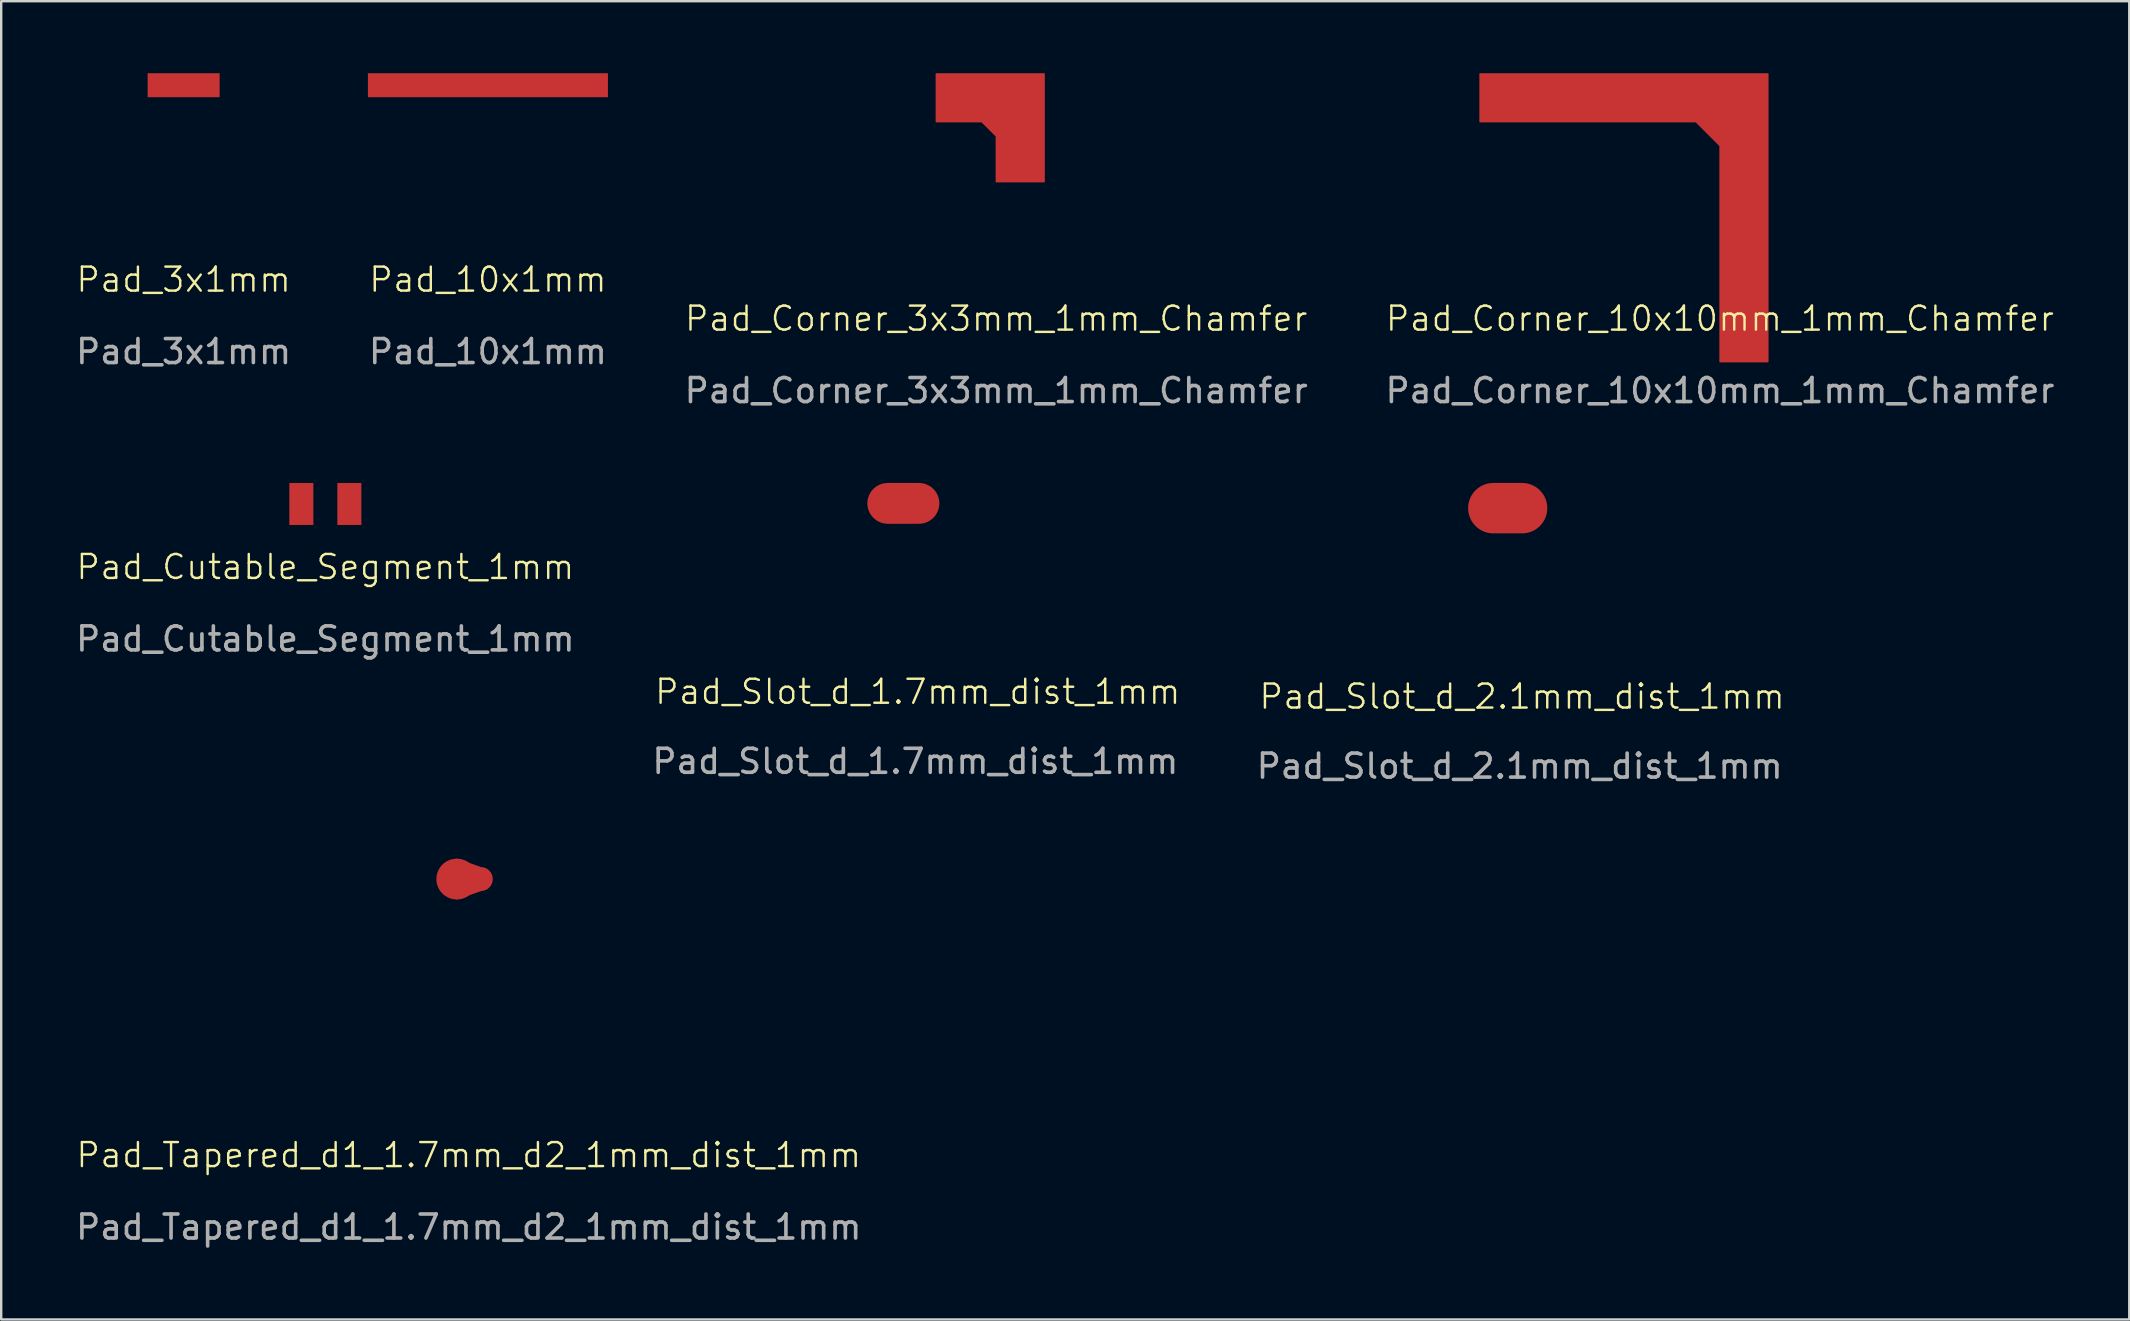
<source format=kicad_pcb>
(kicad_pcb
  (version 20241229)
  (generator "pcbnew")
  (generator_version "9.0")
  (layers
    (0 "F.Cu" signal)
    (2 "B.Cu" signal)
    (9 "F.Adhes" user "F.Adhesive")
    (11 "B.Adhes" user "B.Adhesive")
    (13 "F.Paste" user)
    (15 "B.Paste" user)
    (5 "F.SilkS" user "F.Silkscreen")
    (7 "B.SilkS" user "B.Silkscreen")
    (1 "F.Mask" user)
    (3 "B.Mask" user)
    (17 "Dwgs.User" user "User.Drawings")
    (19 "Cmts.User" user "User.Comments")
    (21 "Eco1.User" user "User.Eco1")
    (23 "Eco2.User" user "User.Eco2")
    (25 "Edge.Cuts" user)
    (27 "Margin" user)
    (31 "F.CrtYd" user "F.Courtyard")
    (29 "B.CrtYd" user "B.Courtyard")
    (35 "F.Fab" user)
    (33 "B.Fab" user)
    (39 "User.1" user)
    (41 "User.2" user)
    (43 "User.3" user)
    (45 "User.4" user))
  (footprint "Pad_3x1mm"
    (layer "F.Cu")
    (at 4.601 1)
    (property "Reference" "Pad_3x1mm" (at 0 7.6 0) (unlocked yes) (layer "F.SilkS") (effects (font (size 1 1) (thickness 0.1))))
    (attr smd)
    (fp_text user "${REFERENCE}" (at 0 10.6 0) (unlocked yes) (layer "F.Fab") (effects (font (size 1 1) (thickness 0.15))))
    (pad "1" smd rect (at 0 -0.5) (size 3 1) (layers "F.Cu" "F.Mask" "F.Paste")))
  (footprint "Pad_Cutable_Segment_1mm"
    (layer "F.Cu")
    (at 10.506 18.073)
    (property "Reference" "Pad_Cutable_Segment_1mm" (at 0 2.5 0) (unlocked yes) (layer "F.SilkS") (effects (font (size 1 1) (thickness 0.1))))
    (attr smd)
    (fp_text user "${REFERENCE}" (at 0 5.5 0) (unlocked yes) (layer "F.Fab") (effects (font (size 1 1) (thickness 0.15))))
    (pad "1" smd rect (at -1 -0.125 90) (size 1.75 1) (layers "F.Cu" "F.Mask" "F.Paste"))
    (pad "1" smd rect (at 1 -0.125 90) (size 1.75 1) (layers "F.Cu" "F.Mask" "F.Paste")))
  (footprint "Pad_10x1mm"
    (layer "F.Cu")
    (at 17.28 1)
    (property "Reference" "Pad_10x1mm" (at 0 7.6 0) (unlocked yes) (layer "F.SilkS") (effects (font (size 1 1) (thickness 0.1))))
    (attr smd)
    (fp_text user "${REFERENCE}" (at 0 10.6 0) (unlocked yes) (layer "F.Fab") (effects (font (size 1 1) (thickness 0.15))))
    (pad "1" smd rect (at 0 -0.5) (size 10 1) (layers "F.Cu" "F.Mask" "F.Paste")))
  (footprint "Pad_Corner_3x3mm_1mm_Chamfer"
    (layer "F.Cu")
    (at 38.458 2.025)
    (property "Reference" "Pad_Corner_3x3mm_1mm_Chamfer" (at 0 8.2 0) (unlocked yes) (layer "F.SilkS") (effects (font (size 1 1) (thickness 0.1))))
    (attr smd)
    (fp_text user "${REFERENCE}" (at 0 11.2 0) (unlocked yes) (layer "F.Fab") (effects (font (size 1 1) (thickness 0.15))))
    (pad "1" smd custom (at 1 -1) (size 1 1) (layers "F.Cu" "F.Mask" "F.Paste") (options (anchor rect)) (primitives (gr_poly (pts (xy -3.5 1) (xy -3.5 -1) (xy 1 -1) (xy 1 3.5) (xy -1 3.5) (xy -1 1.6) (xy -1.6 1)) (width 0.05) (fill yes)))))
  (footprint "Pad_Slot_d_1.7mm_dist_1mm"
    (layer "F.Cu")
    (at 35.089 17.923)
    (property "Reference" "Pad_Slot_d_1.7mm_dist_1mm" (at 0.1 7.85 0) (unlocked yes) (layer "F.SilkS") (effects (font (size 1 1) (thickness 0.1))))
    (attr smd)
    (fp_text user "${REFERENCE}" (at 0 10.75 0) (unlocked yes) (layer "F.Fab") (effects (font (size 1 1) (thickness 0.15))))
    (pad "1" smd oval (at -0.5 0) (size 3 1.7) (layers "F.Cu" "F.Mask" "F.Paste")))
  (footprint "Pad_Tapered_d1_1.7mm_d2_1mm_dist_1mm"
    (layer "F.Cu")
    (at 16.482 33.577)
    (property "Reference" "Pad_Tapered_d1_1.7mm_d2_1mm_dist_1mm" (at 0 11.5 0) (unlocked yes) (layer "F.SilkS") (effects (font (size 1 1) (thickness 0.1))))
    (attr smd)
    (fp_text user "${REFERENCE}" (at 0 14.5 0) (unlocked yes) (layer "F.Fab") (effects (font (size 1 1) (thickness 0.15))))
    (pad "1" smd circle (at -0.5 0) (size 1.7 1.7) (layers "F.Cu" "F.Mask" "F.Paste"))
    (pad "1" smd custom (at 0 0) (size 1 1) (layers "F.Cu" "F.Mask" "F.Paste") (options (anchor circle)) (primitives (gr_poly (pts (xy 0.5 -0.5) (xy -0.5 -0.85) (xy -0.5 0.85) (xy 0.5 0.5)) (width 0.01) (fill yes))))
    (pad "1" smd circle (at 0.5 0) (size 1 1) (layers "F.Cu" "F.Mask" "F.Paste")))
  (footprint "Pad_Corner_10x10mm_1mm_Chamfer"
    (layer "F.Cu")
    (at 68.613 2.025)
    (property "Reference" "Pad_Corner_10x10mm_1mm_Chamfer" (at 0 8.2 0) (unlocked yes) (layer "F.SilkS") (effects (font (size 1 1) (thickness 0.1))))
    (attr smd)
    (fp_text user "${REFERENCE}" (at 0 11.2 0) (unlocked yes) (layer "F.Fab") (effects (font (size 1 1) (thickness 0.15))))
    (pad "1" smd custom (at 1 -1) (size 1 1) (layers "F.Cu" "F.Mask" "F.Paste") (options (anchor rect)) (primitives (gr_poly (pts (xy -11 1) (xy -11 -1) (xy 1 -1) (xy 1 11) (xy -1 11) (xy -1 2) (xy -2 1)) (width 0.05) (fill yes)))))
  (footprint "Pad_Slot_d_2.1mm_dist_1mm"
    (layer "F.Cu")
    (at 60.269 18.123)
    (property "Reference" "Pad_Slot_d_2.1mm_dist_1mm" (at 0.1 7.85 0) (unlocked yes) (layer "F.SilkS") (effects (font (size 1 1) (thickness 0.1))))
    (attr smd)
    (fp_text user "${REFERENCE}" (at 0 10.75 0) (unlocked yes) (layer "F.Fab") (effects (font (size 1 1) (thickness 0.15))))
    (pad "1" smd oval (at -0.5 0) (size 3.3 2.1) (layers "F.Cu" "F.Mask" "F.Paste")))
  (gr_rect
    (start -3 -3)
    (end 85.667 51.925)
    (stroke (width 0.1) (type default))
    (fill no)
    (layer "Edge.Cuts")))
</source>
